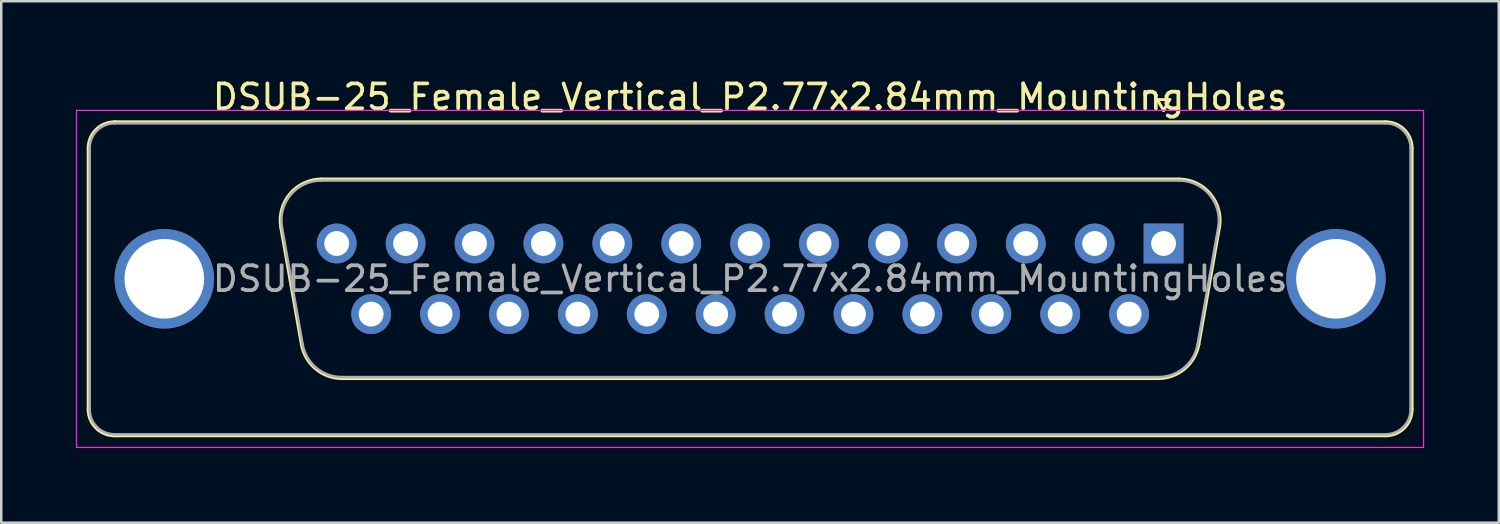
<source format=kicad_pcb>
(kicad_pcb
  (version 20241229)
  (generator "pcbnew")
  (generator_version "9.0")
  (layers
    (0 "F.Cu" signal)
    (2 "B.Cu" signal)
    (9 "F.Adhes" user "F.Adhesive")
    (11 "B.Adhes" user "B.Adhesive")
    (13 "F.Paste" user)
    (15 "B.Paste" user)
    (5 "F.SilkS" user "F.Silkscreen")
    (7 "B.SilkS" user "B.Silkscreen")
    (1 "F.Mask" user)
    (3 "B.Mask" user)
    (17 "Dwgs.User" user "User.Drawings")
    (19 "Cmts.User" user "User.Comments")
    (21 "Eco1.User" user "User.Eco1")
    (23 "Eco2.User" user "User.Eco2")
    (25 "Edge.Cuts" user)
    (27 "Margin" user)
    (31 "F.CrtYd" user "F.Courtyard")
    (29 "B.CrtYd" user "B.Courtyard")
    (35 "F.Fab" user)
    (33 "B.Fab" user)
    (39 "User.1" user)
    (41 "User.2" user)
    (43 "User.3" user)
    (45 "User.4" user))
  (footprint "DSUB-25_Female_Vertical_P2.77x2.84mm_MountingHoles"
    (layer "F.Cu")
    (at 43.725 6.738)
    (property "Reference" "DSUB-25_Female_Vertical_P2.77x2.84mm_MountingHoles" (at -16.62 -5.89 0) (layer "F.SilkS") (effects (font (size 1 1) (thickness 0.15))))
    (attr through_hole)
    (fp_line (start -43.23 6.67) (end -43.23 -3.83) (stroke (width 0.12) (type solid)) (layer "F.SilkS"))
    (fp_line (start -42.17 -4.89) (end 8.93 -4.89) (stroke (width 0.12) (type solid)) (layer "F.SilkS"))
    (fp_line (start -35.486 -0.642) (end -34.658 4.058) (stroke (width 0.12) (type solid)) (layer "F.SilkS"))
    (fp_line (start -33.852 -2.59) (end 0.612 -2.59) (stroke (width 0.12) (type solid)) (layer "F.SilkS"))
    (fp_line (start -33.023 5.43) (end -0.217 5.43) (stroke (width 0.12) (type solid)) (layer "F.SilkS"))
    (fp_line (start -0.25 -5.784) (end 0.25 -5.784) (stroke (width 0.12) (type solid)) (layer "F.SilkS"))
    (fp_line (start 0 -5.351) (end -0.25 -5.784) (stroke (width 0.12) (type solid)) (layer "F.SilkS"))
    (fp_line (start 0.25 -5.784) (end 0 -5.351) (stroke (width 0.12) (type solid)) (layer "F.SilkS"))
    (fp_line (start 2.246 -0.642) (end 1.418 4.058) (stroke (width 0.12) (type solid)) (layer "F.SilkS"))
    (fp_line (start 8.93 7.73) (end -42.17 7.73) (stroke (width 0.12) (type solid)) (layer "F.SilkS"))
    (fp_line (start 9.99 -3.83) (end 9.99 6.67) (stroke (width 0.12) (type solid)) (layer "F.SilkS"))
    (fp_arc (start -43.23 -3.83) (mid -42.919533 -4.579533) (end -42.17 -4.89) (stroke (width 0.12) (type solid)) (layer "F.SilkS"))
    (fp_arc (start -42.17 7.73) (mid -42.919533 7.419533) (end -43.23 6.67) (stroke (width 0.12) (type solid)) (layer "F.SilkS"))
    (fp_arc (start -35.48647 -0.641744) (mid -35.123323 -1.997028) (end -33.851689 -2.59) (stroke (width 0.12) (type solid)) (layer "F.SilkS"))
    (fp_arc (start -33.022952 5.43) (mid -34.089979 5.041634) (end -34.657733 4.058256) (stroke (width 0.12) (type solid)) (layer "F.SilkS"))
    (fp_arc (start 0.611689 -2.59) (mid 1.883323 -1.997027) (end 2.24647 -0.641744) (stroke (width 0.12) (type solid)) (layer "F.SilkS"))
    (fp_arc (start 1.417733 4.058256) (mid 0.84998 5.041634) (end -0.217048 5.43) (stroke (width 0.12) (type solid)) (layer "F.SilkS"))
    (fp_arc (start 8.93 -4.89) (mid 9.679533 -4.579533) (end 9.99 -3.83) (stroke (width 0.12) (type solid)) (layer "F.SilkS"))
    (fp_arc (start 9.99 6.67) (mid 9.679533 7.419533) (end 8.93 7.73) (stroke (width 0.12) (type solid)) (layer "F.SilkS"))
    (fp_line (start -43.7 -5.35) (end -43.7 8.2) (stroke (width 0.05) (type solid)) (layer "F.CrtYd"))
    (fp_line (start -43.7 8.2) (end 10.45 8.2) (stroke (width 0.05) (type solid)) (layer "F.CrtYd"))
    (fp_line (start 10.45 -5.35) (end -43.7 -5.35) (stroke (width 0.05) (type solid)) (layer "F.CrtYd"))
    (fp_line (start 10.45 8.2) (end 10.45 -5.35) (stroke (width 0.05) (type solid)) (layer "F.CrtYd"))
    (fp_line (start -43.17 6.67) (end -43.17 -3.83) (stroke (width 0.1) (type solid)) (layer "F.Fab"))
    (fp_line (start -42.17 -4.83) (end 8.93 -4.83) (stroke (width 0.1) (type solid)) (layer "F.Fab"))
    (fp_line (start -35.439 -0.652) (end -34.61 4.048) (stroke (width 0.1) (type solid)) (layer "F.Fab"))
    (fp_line (start -33.863 -2.53) (end 0.623 -2.53) (stroke (width 0.1) (type solid)) (layer "F.Fab"))
    (fp_line (start -33.034 5.37) (end -0.206 5.37) (stroke (width 0.1) (type solid)) (layer "F.Fab"))
    (fp_line (start 2.199 -0.652) (end 1.37 4.048) (stroke (width 0.1) (type solid)) (layer "F.Fab"))
    (fp_line (start 8.93 7.67) (end -42.17 7.67) (stroke (width 0.1) (type solid)) (layer "F.Fab"))
    (fp_line (start 9.93 -3.83) (end 9.93 6.67) (stroke (width 0.1) (type solid)) (layer "F.Fab"))
    (fp_arc (start -43.17 -3.83) (mid -42.877107 -4.537107) (end -42.17 -4.83) (stroke (width 0.1) (type solid)) (layer "F.Fab"))
    (fp_arc (start -42.17 7.67) (mid -42.877107 7.377107) (end -43.17 6.67) (stroke (width 0.1) (type solid)) (layer "F.Fab"))
    (fp_arc (start -35.438886 -0.652163) (mid -35.088865 -1.95846) (end -33.863194 -2.53) (stroke (width 0.1) (type solid)) (layer "F.Fab"))
    (fp_arc (start -33.034457 5.37) (mid -34.062917 4.995671) (end -34.610149 4.047837) (stroke (width 0.1) (type solid)) (layer "F.Fab"))
    (fp_arc (start 0.623194 -2.53) (mid 1.848865 -1.95846) (end 2.198886 -0.652163) (stroke (width 0.1) (type solid)) (layer "F.Fab"))
    (fp_arc (start 1.370149 4.047837) (mid 0.822917 4.995671) (end -0.205543 5.37) (stroke (width 0.1) (type solid)) (layer "F.Fab"))
    (fp_arc (start 8.93 -4.83) (mid 9.637107 -4.537107) (end 9.93 -3.83) (stroke (width 0.1) (type solid)) (layer "F.Fab"))
    (fp_arc (start 9.93 6.67) (mid 9.637107 7.377107) (end 8.93 7.67) (stroke (width 0.1) (type solid)) (layer "F.Fab"))
    (fp_text user "${REFERENCE}" (at -16.62 1.42 0) (layer "F.Fab") (effects (font (size 1 1) (thickness 0.15))))
    (pad "0" thru_hole circle (at -40.17 1.42) (size 4 4) (drill 3.2) (layers "*.Cu" "*.Mask"))
    (pad "0" thru_hole circle (at 6.93 1.42) (size 4 4) (drill 3.2) (layers "*.Cu" "*.Mask"))
    (pad "1" thru_hole rect (at 0 0) (size 1.6 1.6) (drill 1) (layers "*.Cu" "*.Mask"))
    (pad "2" thru_hole circle (at -2.77 0) (size 1.6 1.6) (drill 1) (layers "*.Cu" "*.Mask"))
    (pad "3" thru_hole circle (at -5.54 0) (size 1.6 1.6) (drill 1) (layers "*.Cu" "*.Mask"))
    (pad "4" thru_hole circle (at -8.31 0) (size 1.6 1.6) (drill 1) (layers "*.Cu" "*.Mask"))
    (pad "5" thru_hole circle (at -11.08 0) (size 1.6 1.6) (drill 1) (layers "*.Cu" "*.Mask"))
    (pad "6" thru_hole circle (at -13.85 0) (size 1.6 1.6) (drill 1) (layers "*.Cu" "*.Mask"))
    (pad "7" thru_hole circle (at -16.62 0) (size 1.6 1.6) (drill 1) (layers "*.Cu" "*.Mask"))
    (pad "8" thru_hole circle (at -19.39 0) (size 1.6 1.6) (drill 1) (layers "*.Cu" "*.Mask"))
    (pad "9" thru_hole circle (at -22.16 0) (size 1.6 1.6) (drill 1) (layers "*.Cu" "*.Mask"))
    (pad "10" thru_hole circle (at -24.93 0) (size 1.6 1.6) (drill 1) (layers "*.Cu" "*.Mask"))
    (pad "11" thru_hole circle (at -27.7 0) (size 1.6 1.6) (drill 1) (layers "*.Cu" "*.Mask"))
    (pad "12" thru_hole circle (at -30.47 0) (size 1.6 1.6) (drill 1) (layers "*.Cu" "*.Mask"))
    (pad "13" thru_hole circle (at -33.24 0) (size 1.6 1.6) (drill 1) (layers "*.Cu" "*.Mask"))
    (pad "14" thru_hole circle (at -1.385 2.84) (size 1.6 1.6) (drill 1) (layers "*.Cu" "*.Mask"))
    (pad "15" thru_hole circle (at -4.155 2.84) (size 1.6 1.6) (drill 1) (layers "*.Cu" "*.Mask"))
    (pad "16" thru_hole circle (at -6.925 2.84) (size 1.6 1.6) (drill 1) (layers "*.Cu" "*.Mask"))
    (pad "17" thru_hole circle (at -9.695 2.84) (size 1.6 1.6) (drill 1) (layers "*.Cu" "*.Mask"))
    (pad "18" thru_hole circle (at -12.465 2.84) (size 1.6 1.6) (drill 1) (layers "*.Cu" "*.Mask"))
    (pad "19" thru_hole circle (at -15.235 2.84) (size 1.6 1.6) (drill 1) (layers "*.Cu" "*.Mask"))
    (pad "20" thru_hole circle (at -18.005 2.84) (size 1.6 1.6) (drill 1) (layers "*.Cu" "*.Mask"))
    (pad "21" thru_hole circle (at -20.775 2.84) (size 1.6 1.6) (drill 1) (layers "*.Cu" "*.Mask"))
    (pad "22" thru_hole circle (at -23.545 2.84) (size 1.6 1.6) (drill 1) (layers "*.Cu" "*.Mask"))
    (pad "23" thru_hole circle (at -26.315 2.84) (size 1.6 1.6) (drill 1) (layers "*.Cu" "*.Mask"))
    (pad "24" thru_hole circle (at -29.085 2.84) (size 1.6 1.6) (drill 1) (layers "*.Cu" "*.Mask"))
    (pad "25" thru_hole circle (at -31.855 2.84) (size 1.6 1.6) (drill 1) (layers "*.Cu" "*.Mask")))
  (gr_rect
    (start -3 -3)
    (end 57.2 17.963)
    (stroke (width 0.1) (type default))
    (fill no)
    (layer "Edge.Cuts")))
</source>
